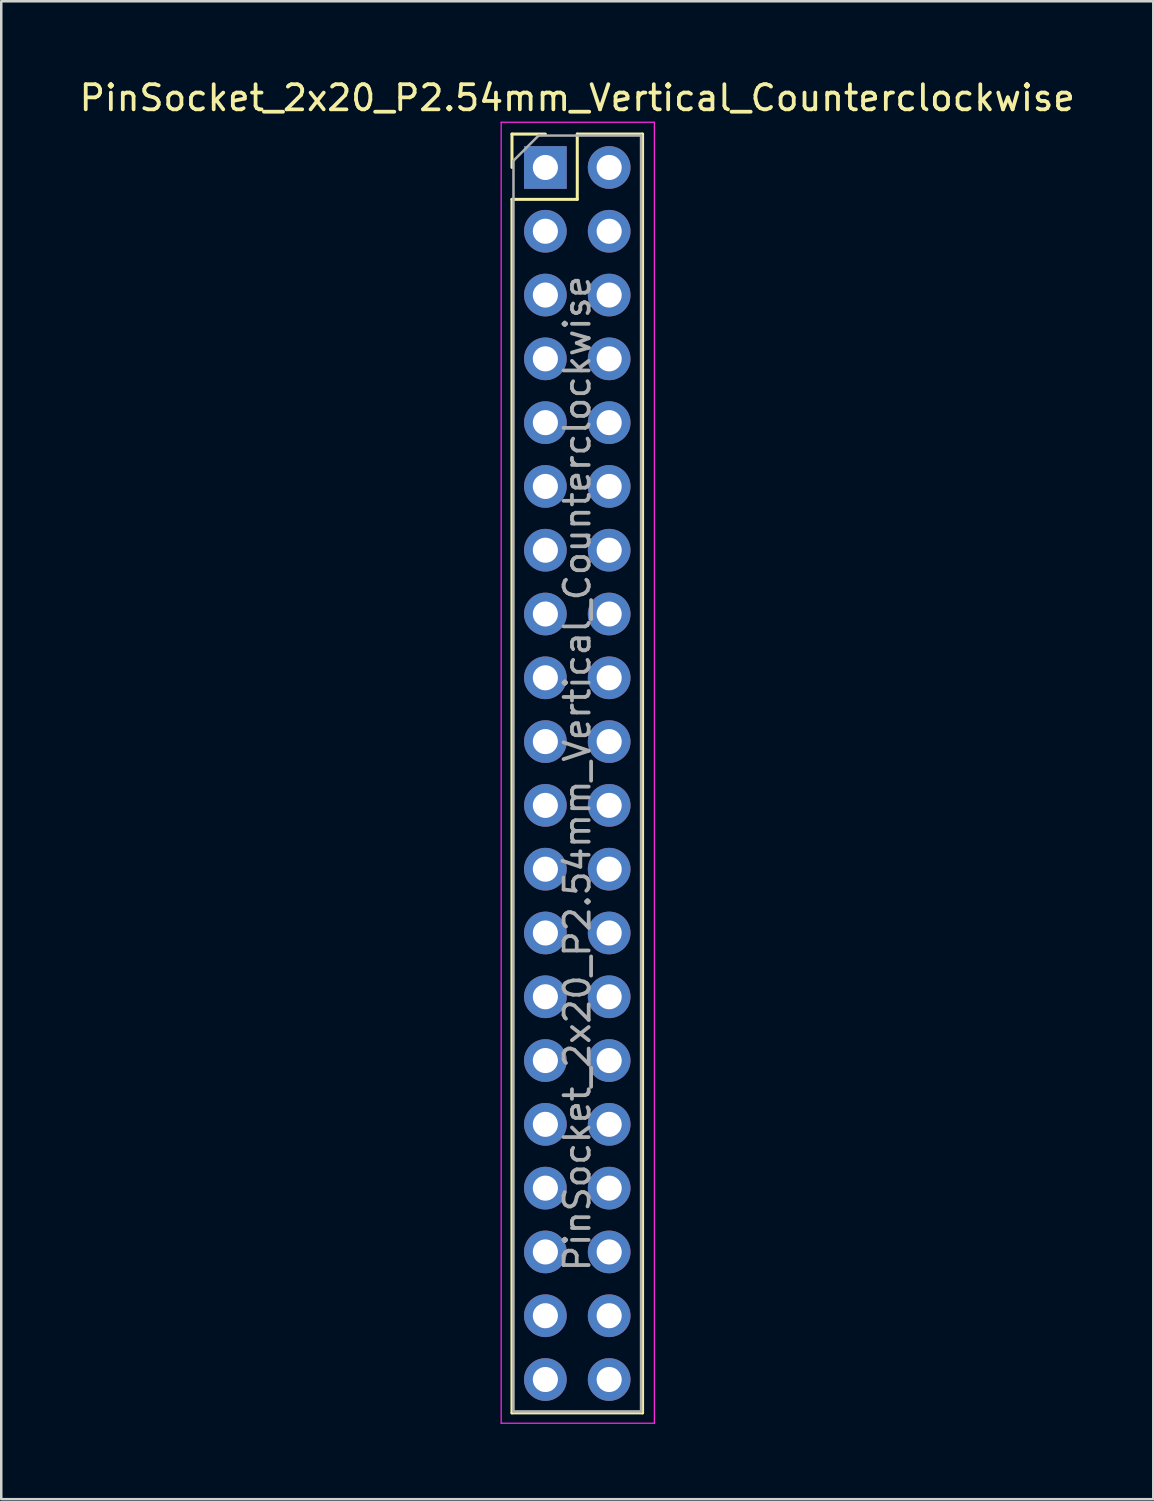
<source format=kicad_pcb>
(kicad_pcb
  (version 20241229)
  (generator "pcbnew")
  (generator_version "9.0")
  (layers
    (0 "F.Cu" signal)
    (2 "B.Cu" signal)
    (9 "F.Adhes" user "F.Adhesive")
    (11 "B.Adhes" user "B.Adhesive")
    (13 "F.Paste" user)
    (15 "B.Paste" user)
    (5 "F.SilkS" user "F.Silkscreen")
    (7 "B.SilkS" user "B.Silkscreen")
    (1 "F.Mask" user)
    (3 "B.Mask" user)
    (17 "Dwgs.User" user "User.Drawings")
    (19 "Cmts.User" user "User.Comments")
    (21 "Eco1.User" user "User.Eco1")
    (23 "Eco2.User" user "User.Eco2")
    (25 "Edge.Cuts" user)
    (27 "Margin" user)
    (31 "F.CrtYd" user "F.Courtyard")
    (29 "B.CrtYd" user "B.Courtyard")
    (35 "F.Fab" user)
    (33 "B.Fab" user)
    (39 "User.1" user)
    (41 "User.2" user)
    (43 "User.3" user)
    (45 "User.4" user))
  (footprint "PinSocket_2x20_P2.54mm_Vertical_Counterclockwise"
    (layer "F.Cu")
    (at 22.045 3.618)
    (property "Reference" "PinSocket_2x20_P2.54mm_Vertical_Counterclockwise" (at -2.11 -2.77 0) (layer "F.SilkS") (effects (font (size 1 1) (thickness 0.15))))
    (attr through_hole)
    (fp_line (start -4.71 -1.33) (end -4.71 0) (stroke (width 0.12) (type solid)) (layer "F.SilkS"))
    (fp_line (start -4.71 1.27) (end -4.71 49.59) (stroke (width 0.12) (type solid)) (layer "F.SilkS"))
    (fp_line (start -3.38 -1.33) (end -4.71 -1.33) (stroke (width 0.12) (type solid)) (layer "F.SilkS"))
    (fp_line (start -2.11 -1.33) (end -2.11 1.27) (stroke (width 0.12) (type solid)) (layer "F.SilkS"))
    (fp_line (start -2.11 1.27) (end -4.71 1.27) (stroke (width 0.12) (type solid)) (layer "F.SilkS"))
    (fp_line (start 0.49 -1.33) (end -2.11 -1.33) (stroke (width 0.12) (type solid)) (layer "F.SilkS"))
    (fp_line (start 0.49 -1.33) (end 0.49 49.59) (stroke (width 0.12) (type solid)) (layer "F.SilkS"))
    (fp_line (start 0.49 49.59) (end -4.71 49.59) (stroke (width 0.12) (type solid)) (layer "F.SilkS"))
    (fp_line (start -5.14 -1.8) (end -5.14 50) (stroke (width 0.05) (type solid)) (layer "F.CrtYd"))
    (fp_line (start -5.14 50) (end 0.96 50) (stroke (width 0.05) (type solid)) (layer "F.CrtYd"))
    (fp_line (start 0.96 -1.8) (end -5.14 -1.8) (stroke (width 0.05) (type solid)) (layer "F.CrtYd"))
    (fp_line (start 0.96 50) (end 0.96 -1.8) (stroke (width 0.05) (type solid)) (layer "F.CrtYd"))
    (fp_line (start -4.65 -0.27) (end -4.65 49.53) (stroke (width 0.1) (type solid)) (layer "F.Fab"))
    (fp_line (start -4.65 49.53) (end 0.43 49.53) (stroke (width 0.1) (type solid)) (layer "F.Fab"))
    (fp_line (start -3.65 -1.27) (end -4.65 -0.27) (stroke (width 0.1) (type solid)) (layer "F.Fab"))
    (fp_line (start 0.43 -1.27) (end -3.65 -1.27) (stroke (width 0.1) (type solid)) (layer "F.Fab"))
    (fp_line (start 0.43 49.53) (end 0.43 -1.27) (stroke (width 0.1) (type solid)) (layer "F.Fab"))
    (fp_text user "${REFERENCE}" (at -2.11 24.13 90) (layer "F.Fab") (effects (font (size 1 1) (thickness 0.15))))
    (pad "1" thru_hole rect (at -3.38 0) (size 1.7 1.7) (drill 1) (layers "*.Cu" "*.Mask"))
    (pad "2" thru_hole oval (at -3.38 2.54) (size 1.7 1.7) (drill 1) (layers "*.Cu" "*.Mask"))
    (pad "3" thru_hole oval (at -3.38 5.08) (size 1.7 1.7) (drill 1) (layers "*.Cu" "*.Mask"))
    (pad "4" thru_hole oval (at -3.38 7.62) (size 1.7 1.7) (drill 1) (layers "*.Cu" "*.Mask"))
    (pad "5" thru_hole oval (at -3.38 10.16) (size 1.7 1.7) (drill 1) (layers "*.Cu" "*.Mask"))
    (pad "6" thru_hole oval (at -3.38 12.7) (size 1.7 1.7) (drill 1) (layers "*.Cu" "*.Mask"))
    (pad "7" thru_hole oval (at -3.38 15.24) (size 1.7 1.7) (drill 1) (layers "*.Cu" "*.Mask"))
    (pad "8" thru_hole oval (at -3.38 17.78) (size 1.7 1.7) (drill 1) (layers "*.Cu" "*.Mask"))
    (pad "9" thru_hole oval (at -3.38 20.32) (size 1.7 1.7) (drill 1) (layers "*.Cu" "*.Mask"))
    (pad "10" thru_hole oval (at -3.38 22.86) (size 1.7 1.7) (drill 1) (layers "*.Cu" "*.Mask"))
    (pad "11" thru_hole oval (at -3.38 25.4) (size 1.7 1.7) (drill 1) (layers "*.Cu" "*.Mask"))
    (pad "12" thru_hole oval (at -3.38 27.94) (size 1.7 1.7) (drill 1) (layers "*.Cu" "*.Mask"))
    (pad "13" thru_hole oval (at -3.38 30.48) (size 1.7 1.7) (drill 1) (layers "*.Cu" "*.Mask"))
    (pad "14" thru_hole oval (at -3.38 33.02) (size 1.7 1.7) (drill 1) (layers "*.Cu" "*.Mask"))
    (pad "15" thru_hole oval (at -3.38 35.56) (size 1.7 1.7) (drill 1) (layers "*.Cu" "*.Mask"))
    (pad "16" thru_hole oval (at -3.38 38.1) (size 1.7 1.7) (drill 1) (layers "*.Cu" "*.Mask"))
    (pad "17" thru_hole oval (at -3.38 40.64) (size 1.7 1.7) (drill 1) (layers "*.Cu" "*.Mask"))
    (pad "18" thru_hole oval (at -3.38 43.18) (size 1.7 1.7) (drill 1) (layers "*.Cu" "*.Mask"))
    (pad "19" thru_hole oval (at -3.38 45.72) (size 1.7 1.7) (drill 1) (layers "*.Cu" "*.Mask"))
    (pad "20" thru_hole oval (at -3.38 48.26) (size 1.7 1.7) (drill 1) (layers "*.Cu" "*.Mask"))
    (pad "21" thru_hole oval (at -0.84 48.26) (size 1.7 1.7) (drill 1) (layers "*.Cu" "*.Mask"))
    (pad "22" thru_hole oval (at -0.84 45.72) (size 1.7 1.7) (drill 1) (layers "*.Cu" "*.Mask"))
    (pad "23" thru_hole oval (at -0.84 43.18) (size 1.7 1.7) (drill 1) (layers "*.Cu" "*.Mask"))
    (pad "24" thru_hole oval (at -0.84 40.64) (size 1.7 1.7) (drill 1) (layers "*.Cu" "*.Mask"))
    (pad "25" thru_hole oval (at -0.84 38.1) (size 1.7 1.7) (drill 1) (layers "*.Cu" "*.Mask"))
    (pad "26" thru_hole oval (at -0.84 35.56) (size 1.7 1.7) (drill 1) (layers "*.Cu" "*.Mask"))
    (pad "27" thru_hole oval (at -0.84 33.02) (size 1.7 1.7) (drill 1) (layers "*.Cu" "*.Mask"))
    (pad "28" thru_hole oval (at -0.84 30.48) (size 1.7 1.7) (drill 1) (layers "*.Cu" "*.Mask"))
    (pad "29" thru_hole oval (at -0.84 27.94) (size 1.7 1.7) (drill 1) (layers "*.Cu" "*.Mask"))
    (pad "30" thru_hole oval (at -0.84 25.4) (size 1.7 1.7) (drill 1) (layers "*.Cu" "*.Mask"))
    (pad "31" thru_hole oval (at -0.84 22.86) (size 1.7 1.7) (drill 1) (layers "*.Cu" "*.Mask"))
    (pad "32" thru_hole oval (at -0.84 20.32) (size 1.7 1.7) (drill 1) (layers "*.Cu" "*.Mask"))
    (pad "33" thru_hole oval (at -0.84 17.78) (size 1.7 1.7) (drill 1) (layers "*.Cu" "*.Mask"))
    (pad "34" thru_hole oval (at -0.84 15.24) (size 1.7 1.7) (drill 1) (layers "*.Cu" "*.Mask"))
    (pad "35" thru_hole oval (at -0.84 12.7) (size 1.7 1.7) (drill 1) (layers "*.Cu" "*.Mask"))
    (pad "36" thru_hole oval (at -0.84 10.16) (size 1.7 1.7) (drill 1) (layers "*.Cu" "*.Mask"))
    (pad "37" thru_hole oval (at -0.84 7.62) (size 1.7 1.7) (drill 1) (layers "*.Cu" "*.Mask"))
    (pad "38" thru_hole oval (at -0.84 5.08) (size 1.7 1.7) (drill 1) (layers "*.Cu" "*.Mask"))
    (pad "39" thru_hole oval (at -0.84 2.54) (size 1.7 1.7) (drill 1) (layers "*.Cu" "*.Mask"))
    (pad "40" thru_hole oval (at -0.84 0) (size 1.7 1.7) (drill 1) (layers "*.Cu" "*.Mask")))
  (gr_rect
    (start -3 -3)
    (end 42.869 56.643)
    (stroke (width 0.1) (type default))
    (fill no)
    (layer "Edge.Cuts")))
</source>
